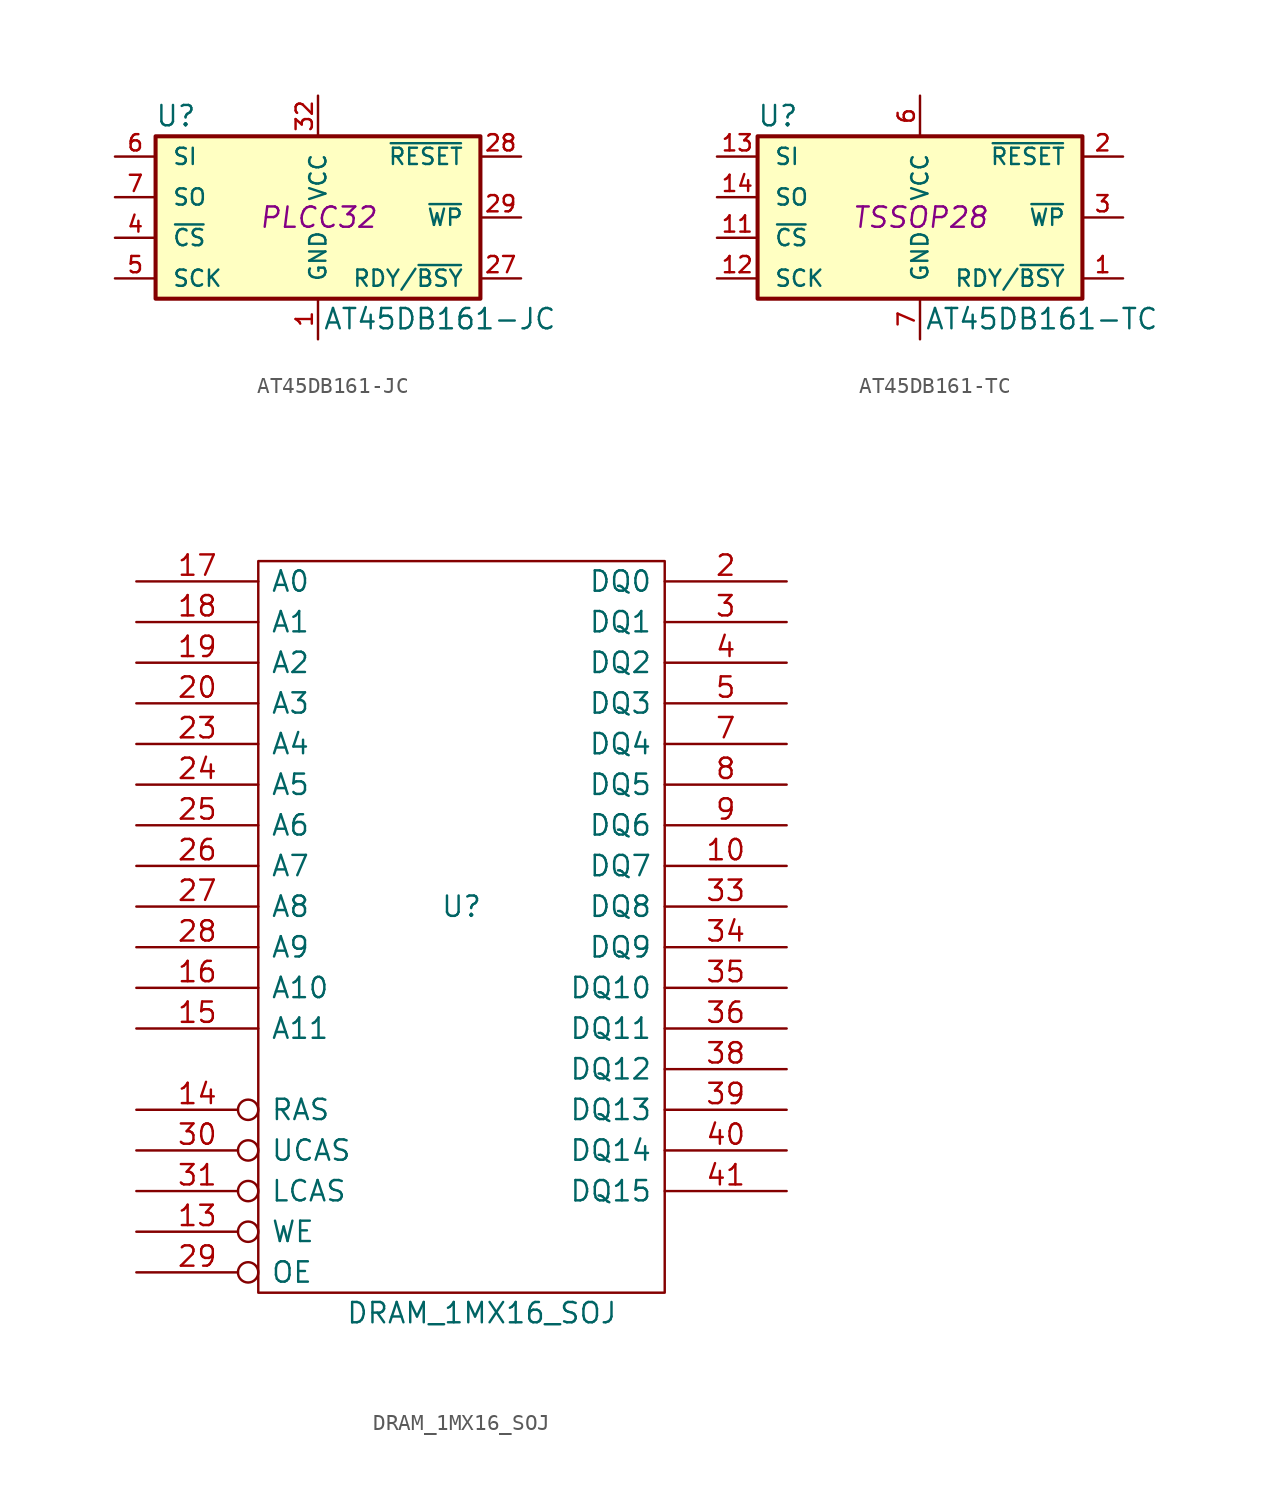
<source format=kicad_sym>
(kicad_symbol_lib
  (version 20231120)
  (generator "kicad_symbol_editor")
  (generator_version "8.0")
  (symbol "AT45DB161-JC"
    (pin_names
      (offset 1.016))
    (property "Reference" "U"
      (at -8.89 6.35 0)
      (effects (font (size 1.27 1.27))))
    (property "Value" "AT45DB161-JC"
      (at 7.62 -6.35 0)
      (effects (font (size 1.27 1.27))))
    (property "Footprint" "PLCC32"
      (at 0 0 0)
      (effects (font (size 1.27 1.27) (italic yes))))
    (property "Datasheet" ""
      (at 0 0 0)
      (effects (font (size 1.27 1.27))))
    (symbol "AT45DB161-JC_0_1"
      (rectangle (start -10.16 5.08) (end 10.16 -5.08) (stroke (width 0.254) (type solid)) (fill (type background))))
    (symbol "AT45DB161-JC_1_1"
      (pin power_in line (at 0 -7.62 90) (length 2.54) (name "GND" (effects (font (size 1.016 1.016)))) (number "1" (effects (font (size 1.016 1.016)))))
      (pin output line (at 12.7 -3.81 180) (length 2.54) (name "RDY/~{BSY}" (effects (font (size 1.016 1.016)))) (number "27" (effects (font (size 1.016 1.016)))))
      (pin input line (at 12.7 3.81 180) (length 2.54) (name "~{RESET}" (effects (font (size 1.016 1.016)))) (number "28" (effects (font (size 1.016 1.016)))))
      (pin input line (at 12.7 0 180) (length 2.54) (name "~{WP}" (effects (font (size 1.016 1.016)))) (number "29" (effects (font (size 1.016 1.016)))))
      (pin power_in line (at 0 7.62 270) (length 2.54) (name "VCC" (effects (font (size 1.016 1.016)))) (number "32" (effects (font (size 1.016 1.016)))))
      (pin input line (at -12.7 -1.27 0) (length 2.54) (name "~{CS}" (effects (font (size 1.016 1.016)))) (number "4" (effects (font (size 1.016 1.016)))))
      (pin input line (at -12.7 -3.81 0) (length 2.54) (name "SCK" (effects (font (size 1.016 1.016)))) (number "5" (effects (font (size 1.016 1.016)))))
      (pin input line (at -12.7 3.81 0) (length 2.54) (name "SI" (effects (font (size 1.016 1.016)))) (number "6" (effects (font (size 1.016 1.016)))))
      (pin output line (at -12.7 1.27 0) (length 2.54) (name "SO" (effects (font (size 1.016 1.016)))) (number "7" (effects (font (size 1.016 1.016)))))))
  (symbol "AT45DB161-TC"
    (pin_names
      (offset 1.016))
    (property "Reference" "U"
      (at -8.89 6.35 0)
      (effects (font (size 1.27 1.27))))
    (property "Value" "AT45DB161-TC"
      (at 7.62 -6.35 0)
      (effects (font (size 1.27 1.27))))
    (property "Footprint" "TSSOP28"
      (at 0 0 0)
      (effects (font (size 1.27 1.27) (italic yes))))
    (property "Datasheet" ""
      (at 0 0 0)
      (effects (font (size 1.27 1.27))))
    (symbol "AT45DB161-TC_0_1"
      (rectangle (start -10.16 5.08) (end 10.16 -5.08) (stroke (width 0.254) (type solid)) (fill (type background))))
    (symbol "AT45DB161-TC_1_1"
      (pin output line (at 12.7 -3.81 180) (length 2.54) (name "RDY/~{BSY}" (effects (font (size 1.016 1.016)))) (number "1" (effects (font (size 1.016 1.016)))))
      (pin input line (at -12.7 -1.27 0) (length 2.54) (name "~{CS}" (effects (font (size 1.016 1.016)))) (number "11" (effects (font (size 1.016 1.016)))))
      (pin input line (at -12.7 -3.81 0) (length 2.54) (name "SCK" (effects (font (size 1.016 1.016)))) (number "12" (effects (font (size 1.016 1.016)))))
      (pin input line (at -12.7 3.81 0) (length 2.54) (name "SI" (effects (font (size 1.016 1.016)))) (number "13" (effects (font (size 1.016 1.016)))))
      (pin output line (at -12.7 1.27 0) (length 2.54) (name "SO" (effects (font (size 1.016 1.016)))) (number "14" (effects (font (size 1.016 1.016)))))
      (pin input line (at 12.7 3.81 180) (length 2.54) (name "~{RESET}" (effects (font (size 1.016 1.016)))) (number "2" (effects (font (size 1.016 1.016)))))
      (pin input line (at 12.7 0 180) (length 2.54) (name "~{WP}" (effects (font (size 1.016 1.016)))) (number "3" (effects (font (size 1.016 1.016)))))
      (pin power_in line (at 0 7.62 270) (length 2.54) (name "VCC" (effects (font (size 1.016 1.016)))) (number "6" (effects (font (size 1.016 1.016)))))
      (pin power_in line (at 0 -7.62 90) (length 2.54) (name "GND" (effects (font (size 1.016 1.016)))) (number "7" (effects (font (size 1.016 1.016)))))))
  (symbol "DRAM_1MX16_SOJ"
    (pin_names
      (offset 0.762))
    (property "Reference" "U"
      (at 0 1.27 0)
      (effects (font (size 1.27 1.27))))
    (property "Value" "DRAM_1MX16_SOJ"
      (at 1.27 -24.13 0)
      (effects (font (size 1.27 1.27))))
    (property "Footprint" ""
      (at 0 0 0)
      (effects (font (size 1.27 1.27))))
    (property "Datasheet" ""
      (at 0 0 0)
      (effects (font (size 1.27 1.27))))
    (symbol "DRAM_1MX16_SOJ_0_0"
      (pin power_in line (at -2.54 22.86 270) (length 0) hide (name "VCC" (effects (font (size 1.27 1.27)))) (number "1" (effects (font (size 1.27 1.27)))))
      (pin power_in line (at 2.54 22.86 270) (length 0) hide (name "VCC" (effects (font (size 1.27 1.27)))) (number "21" (effects (font (size 1.27 1.27)))))
      (pin power_in line (at -2.54 -22.86 90) (length 0) hide (name "VSS" (effects (font (size 1.27 1.27)))) (number "22" (effects (font (size 1.27 1.27)))))
      (pin power_in line (at 0 -22.86 90) (length 0) hide (name "VSS" (effects (font (size 1.27 1.27)))) (number "37" (effects (font (size 1.27 1.27)))))
      (pin power_in line (at 2.54 -22.86 90) (length 0) hide (name "VSS" (effects (font (size 1.27 1.27)))) (number "42" (effects (font (size 1.27 1.27)))))
      (pin power_in line (at 0 22.86 270) (length 0) hide (name "VCC" (effects (font (size 1.27 1.27)))) (number "6" (effects (font (size 1.27 1.27))))))
    (symbol "DRAM_1MX16_SOJ_0_1"
      (rectangle (start -12.7 22.86) (end 12.7 -22.86) (stroke (width 0) (type solid)) (fill (type none))))
    (symbol "DRAM_1MX16_SOJ_1_1"
      (pin bidirectional line (at 20.32 3.81 180) (length 7.62) (name "DQ7" (effects (font (size 1.27 1.27)))) (number "10" (effects (font (size 1.27 1.27)))))
      (pin input inverted (at -20.32 -19.05 0) (length 7.62) (name "WE" (effects (font (size 1.27 1.27)))) (number "13" (effects (font (size 1.27 1.27)))))
      (pin input inverted (at -20.32 -11.43 0) (length 7.62) (name "RAS" (effects (font (size 1.27 1.27)))) (number "14" (effects (font (size 1.27 1.27)))))
      (pin input line (at -20.32 -6.35 0) (length 7.62) (name "A11" (effects (font (size 1.27 1.27)))) (number "15" (effects (font (size 1.27 1.27)))))
      (pin input line (at -20.32 -3.81 0) (length 7.62) (name "A10" (effects (font (size 1.27 1.27)))) (number "16" (effects (font (size 1.27 1.27)))))
      (pin input line (at -20.32 21.59 0) (length 7.62) (name "A0" (effects (font (size 1.27 1.27)))) (number "17" (effects (font (size 1.27 1.27)))))
      (pin input line (at -20.32 19.05 0) (length 7.62) (name "A1" (effects (font (size 1.27 1.27)))) (number "18" (effects (font (size 1.27 1.27)))))
      (pin input line (at -20.32 16.51 0) (length 7.62) (name "A2" (effects (font (size 1.27 1.27)))) (number "19" (effects (font (size 1.27 1.27)))))
      (pin bidirectional line (at 20.32 21.59 180) (length 7.62) (name "DQ0" (effects (font (size 1.27 1.27)))) (number "2" (effects (font (size 1.27 1.27)))))
      (pin input line (at -20.32 13.97 0) (length 7.62) (name "A3" (effects (font (size 1.27 1.27)))) (number "20" (effects (font (size 1.27 1.27)))))
      (pin input line (at -20.32 11.43 0) (length 7.62) (name "A4" (effects (font (size 1.27 1.27)))) (number "23" (effects (font (size 1.27 1.27)))))
      (pin input line (at -20.32 8.89 0) (length 7.62) (name "A5" (effects (font (size 1.27 1.27)))) (number "24" (effects (font (size 1.27 1.27)))))
      (pin input line (at -20.32 6.35 0) (length 7.62) (name "A6" (effects (font (size 1.27 1.27)))) (number "25" (effects (font (size 1.27 1.27)))))
      (pin input line (at -20.32 3.81 0) (length 7.62) (name "A7" (effects (font (size 1.27 1.27)))) (number "26" (effects (font (size 1.27 1.27)))))
      (pin input line (at -20.32 1.27 0) (length 7.62) (name "A8" (effects (font (size 1.27 1.27)))) (number "27" (effects (font (size 1.27 1.27)))))
      (pin input line (at -20.32 -1.27 0) (length 7.62) (name "A9" (effects (font (size 1.27 1.27)))) (number "28" (effects (font (size 1.27 1.27)))))
      (pin input inverted (at -20.32 -21.59 0) (length 7.62) (name "OE" (effects (font (size 1.27 1.27)))) (number "29" (effects (font (size 1.27 1.27)))))
      (pin bidirectional line (at 20.32 19.05 180) (length 7.62) (name "DQ1" (effects (font (size 1.27 1.27)))) (number "3" (effects (font (size 1.27 1.27)))))
      (pin input inverted (at -20.32 -13.97 0) (length 7.62) (name "UCAS" (effects (font (size 1.27 1.27)))) (number "30" (effects (font (size 1.27 1.27)))))
      (pin input inverted (at -20.32 -16.51 0) (length 7.62) (name "LCAS" (effects (font (size 1.27 1.27)))) (number "31" (effects (font (size 1.27 1.27)))))
      (pin bidirectional line (at 20.32 1.27 180) (length 7.62) (name "DQ8" (effects (font (size 1.27 1.27)))) (number "33" (effects (font (size 1.27 1.27)))))
      (pin bidirectional line (at 20.32 -1.27 180) (length 7.62) (name "DQ9" (effects (font (size 1.27 1.27)))) (number "34" (effects (font (size 1.27 1.27)))))
      (pin bidirectional line (at 20.32 -3.81 180) (length 7.62) (name "DQ10" (effects (font (size 1.27 1.27)))) (number "35" (effects (font (size 1.27 1.27)))))
      (pin bidirectional line (at 20.32 -6.35 180) (length 7.62) (name "DQ11" (effects (font (size 1.27 1.27)))) (number "36" (effects (font (size 1.27 1.27)))))
      (pin bidirectional line (at 20.32 -8.89 180) (length 7.62) (name "DQ12" (effects (font (size 1.27 1.27)))) (number "38" (effects (font (size 1.27 1.27)))))
      (pin bidirectional line (at 20.32 -11.43 180) (length 7.62) (name "DQ13" (effects (font (size 1.27 1.27)))) (number "39" (effects (font (size 1.27 1.27)))))
      (pin bidirectional line (at 20.32 16.51 180) (length 7.62) (name "DQ2" (effects (font (size 1.27 1.27)))) (number "4" (effects (font (size 1.27 1.27)))))
      (pin bidirectional line (at 20.32 -13.97 180) (length 7.62) (name "DQ14" (effects (font (size 1.27 1.27)))) (number "40" (effects (font (size 1.27 1.27)))))
      (pin bidirectional line (at 20.32 -16.51 180) (length 7.62) (name "DQ15" (effects (font (size 1.27 1.27)))) (number "41" (effects (font (size 1.27 1.27)))))
      (pin bidirectional line (at 20.32 13.97 180) (length 7.62) (name "DQ3" (effects (font (size 1.27 1.27)))) (number "5" (effects (font (size 1.27 1.27)))))
      (pin bidirectional line (at 20.32 11.43 180) (length 7.62) (name "DQ4" (effects (font (size 1.27 1.27)))) (number "7" (effects (font (size 1.27 1.27)))))
      (pin bidirectional line (at 20.32 8.89 180) (length 7.62) (name "DQ5" (effects (font (size 1.27 1.27)))) (number "8" (effects (font (size 1.27 1.27)))))
      (pin bidirectional line (at 20.32 6.35 180) (length 7.62) (name "DQ6" (effects (font (size 1.27 1.27)))) (number "9" (effects (font (size 1.27 1.27))))))))
</source>
